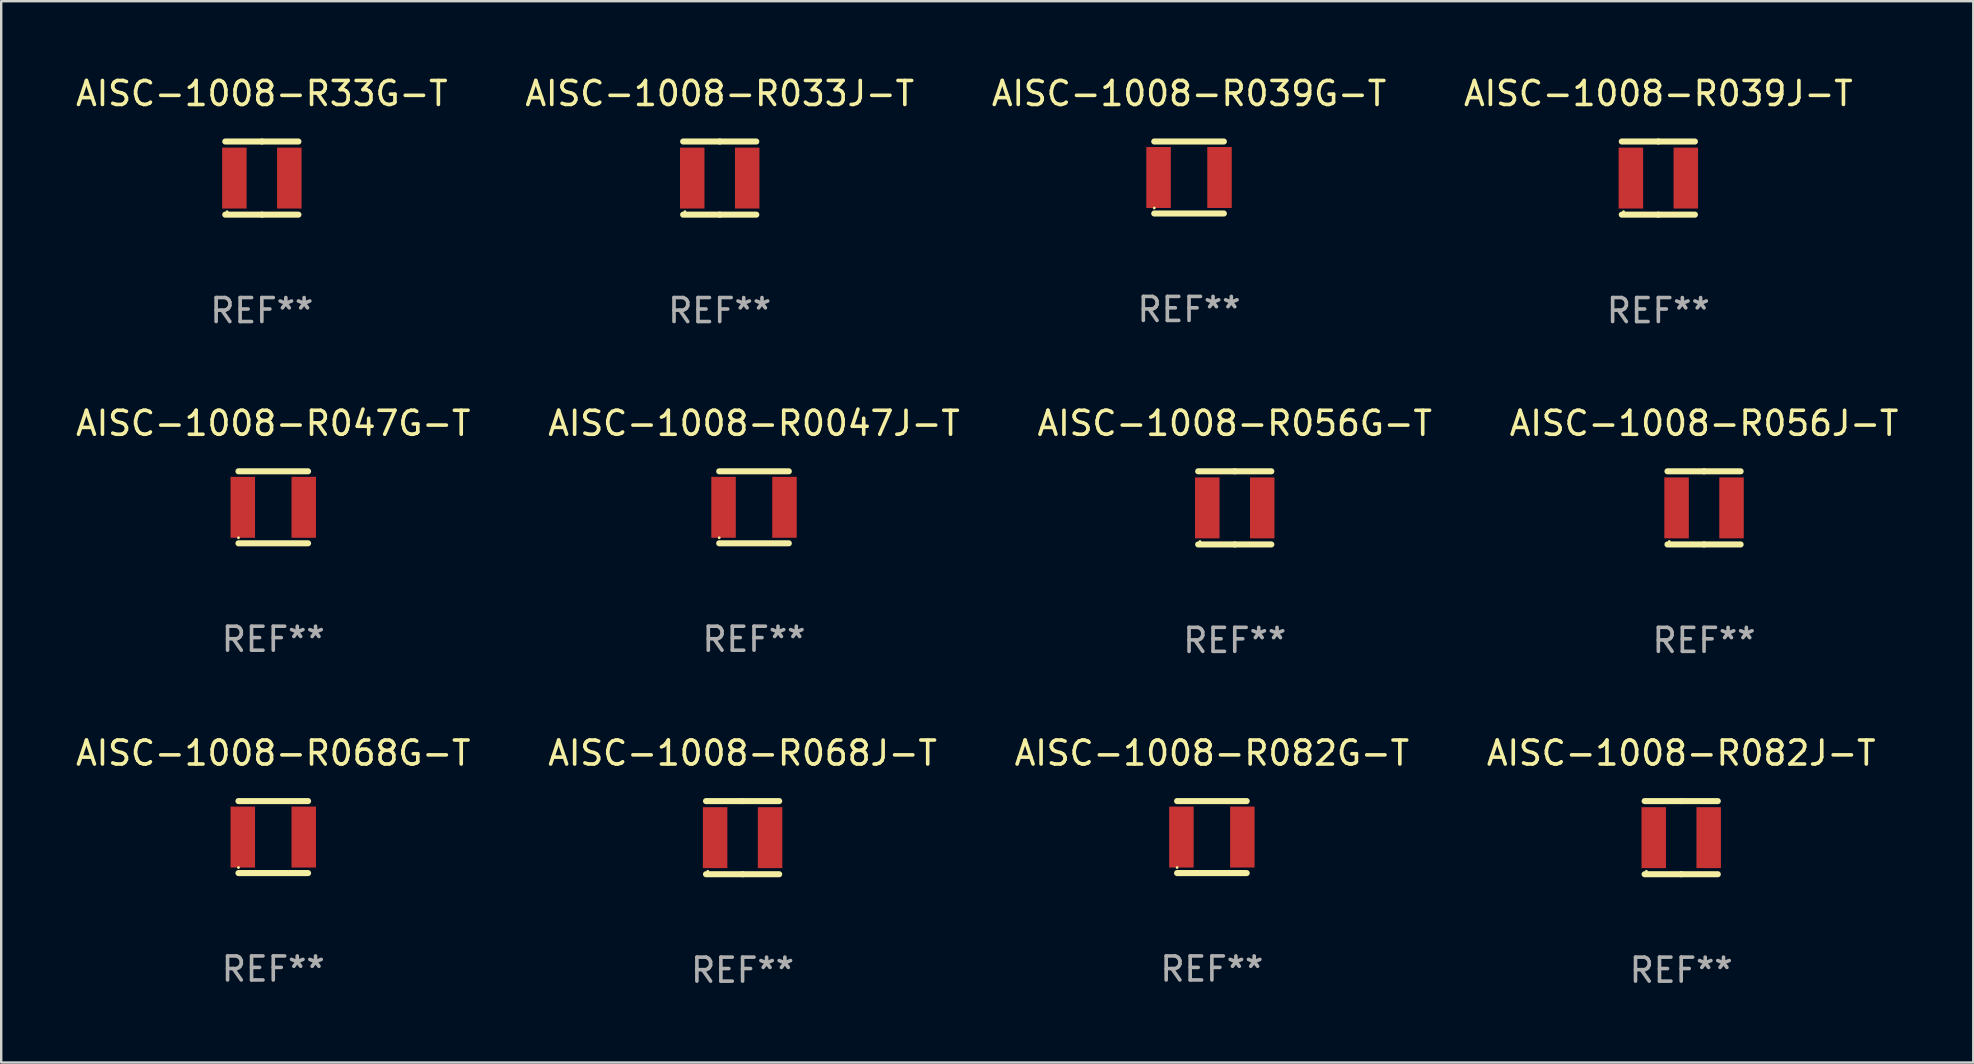
<source format=kicad_pcb>
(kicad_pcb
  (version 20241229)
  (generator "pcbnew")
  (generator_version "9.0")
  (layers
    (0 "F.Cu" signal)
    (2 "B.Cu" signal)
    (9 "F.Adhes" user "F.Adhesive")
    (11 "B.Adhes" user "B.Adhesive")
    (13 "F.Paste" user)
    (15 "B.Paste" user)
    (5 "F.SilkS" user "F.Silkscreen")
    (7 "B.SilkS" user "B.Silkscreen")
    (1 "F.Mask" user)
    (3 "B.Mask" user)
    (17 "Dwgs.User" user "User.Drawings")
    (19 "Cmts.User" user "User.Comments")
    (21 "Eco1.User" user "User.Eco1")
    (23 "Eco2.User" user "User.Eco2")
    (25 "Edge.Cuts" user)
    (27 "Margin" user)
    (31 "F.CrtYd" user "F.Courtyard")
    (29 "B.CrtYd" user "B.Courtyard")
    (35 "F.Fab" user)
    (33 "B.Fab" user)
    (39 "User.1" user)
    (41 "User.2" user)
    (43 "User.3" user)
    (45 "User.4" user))
  (footprint "AISC-1008-R056G-T"
    (layer "F.Cu")
    (at 48.411 18.117)
    (property "Reference" "AISC-1008-R056G-T" (at 0 -3.524 0) (layer "F.SilkS") (effects (font (size 1 1) (thickness 0.15))))
    (attr through_hole)
    (fp_line (start -1.524 -1.524) (end 0 -1.524) (stroke (width 0.254) (type solid)) (layer "F.SilkS"))
    (fp_line (start 0 -1.524) (end 1.524 -1.524) (stroke (width 0.254) (type solid)) (layer "F.SilkS"))
    (fp_line (start 0 1.524) (end -1.524 1.524) (stroke (width 0.254) (type solid)) (layer "F.SilkS"))
    (fp_line (start 1.524 1.524) (end 0 1.524) (stroke (width 0.254) (type solid)) (layer "F.SilkS"))
    (fp_circle (center -1.45 1.4) (end -1.42 1.4) (stroke (width 0.06) (type solid)) (fill no) (layer "F.SilkS"))
    (fp_text user "REF**" (at 0 5.524 0) (layer "F.Fab") (effects (font (size 1 1) (thickness 0.15))))
    (pad "1" smd rect (at -1.145 0) (size 1.02 2.54) (layers "F.Cu" "F.Mask" "F.Paste"))
    (pad "2" smd rect (at 1.145 0) (size 1.02 2.54) (layers "F.Cu" "F.Mask" "F.Paste")))
  (footprint "AISC-1008-R047G-T"
    (layer "F.Cu")
    (at 8.339 18.093)
    (property "Reference" "AISC-1008-R047G-T" (at 0 -3.5 0) (layer "F.SilkS") (effects (font (size 1 1) (thickness 0.15))))
    (attr through_hole)
    (fp_line (start -1.45 -1.5) (end 1.45 -1.5) (stroke (width 0.254) (type solid)) (layer "F.SilkS"))
    (fp_line (start -1.45 1.5) (end 1.45 1.5) (stroke (width 0.254) (type solid)) (layer "F.SilkS"))
    (fp_circle (center -1.45 1.27) (end -1.42 1.27) (stroke (width 0.06) (type solid)) (fill no) (layer "F.SilkS"))
    (fp_text user "REF**" (at 0 5.5 0) (layer "F.Fab") (effects (font (size 1 1) (thickness 0.15))))
    (pad "1" smd rect (at -1.27 0 90) (size 2.54 1.02) (layers "F.Cu" "F.Mask" "F.Paste"))
    (pad "2" smd rect (at 1.27 0 90) (size 2.54 1.02) (layers "F.Cu" "F.Mask" "F.Paste")))
  (footprint "AISC-1008-R068G-T"
    (layer "F.Cu")
    (at 8.339 31.837)
    (property "Reference" "AISC-1008-R068G-T" (at 0 -3.5 0) (layer "F.SilkS") (effects (font (size 1 1) (thickness 0.15))))
    (attr through_hole)
    (fp_line (start -1.45 -1.5) (end 1.45 -1.5) (stroke (width 0.254) (type solid)) (layer "F.SilkS"))
    (fp_line (start -1.45 1.5) (end 1.45 1.5) (stroke (width 0.254) (type solid)) (layer "F.SilkS"))
    (fp_circle (center -1.45 1.27) (end -1.42 1.27) (stroke (width 0.06) (type solid)) (fill no) (layer "F.SilkS"))
    (fp_text user "REF**" (at 0 5.5 0) (layer "F.Fab") (effects (font (size 1 1) (thickness 0.15))))
    (pad "1" smd rect (at -1.27 0 90) (size 2.54 1.02) (layers "F.Cu" "F.Mask" "F.Paste"))
    (pad "2" smd rect (at 1.27 0 90) (size 2.54 1.02) (layers "F.Cu" "F.Mask" "F.Paste")))
  (footprint "AISC-1008-R082J-T"
    (layer "F.Cu")
    (at 67.018 31.861)
    (property "Reference" "AISC-1008-R082J-T" (at 0 -3.524 0) (layer "F.SilkS") (effects (font (size 1 1) (thickness 0.15))))
    (attr through_hole)
    (fp_line (start -1.524 -1.524) (end 0 -1.524) (stroke (width 0.254) (type solid)) (layer "F.SilkS"))
    (fp_line (start 0 -1.524) (end 1.524 -1.524) (stroke (width 0.254) (type solid)) (layer "F.SilkS"))
    (fp_line (start 0 1.524) (end -1.524 1.524) (stroke (width 0.254) (type solid)) (layer "F.SilkS"))
    (fp_line (start 1.524 1.524) (end 0 1.524) (stroke (width 0.254) (type solid)) (layer "F.SilkS"))
    (fp_circle (center -1.45 1.4) (end -1.42 1.4) (stroke (width 0.06) (type solid)) (fill no) (layer "F.SilkS"))
    (fp_text user "REF**" (at 0 5.524 0) (layer "F.Fab") (effects (font (size 1 1) (thickness 0.15))))
    (pad "1" smd rect (at -1.145 0) (size 1.02 2.54) (layers "F.Cu" "F.Mask" "F.Paste"))
    (pad "2" smd rect (at 1.145 0) (size 1.02 2.54) (layers "F.Cu" "F.Mask" "F.Paste")))
  (footprint "AISC-1008-R039J-T"
    (layer "F.Cu")
    (at 66.065 4.372)
    (property "Reference" "AISC-1008-R039J-T" (at 0 -3.524 0) (layer "F.SilkS") (effects (font (size 1 1) (thickness 0.15))))
    (attr through_hole)
    (fp_line (start -1.524 -1.524) (end 0 -1.524) (stroke (width 0.254) (type solid)) (layer "F.SilkS"))
    (fp_line (start 0 -1.524) (end 1.524 -1.524) (stroke (width 0.254) (type solid)) (layer "F.SilkS"))
    (fp_line (start 0 1.524) (end -1.524 1.524) (stroke (width 0.254) (type solid)) (layer "F.SilkS"))
    (fp_line (start 1.524 1.524) (end 0 1.524) (stroke (width 0.254) (type solid)) (layer "F.SilkS"))
    (fp_circle (center -1.45 1.4) (end -1.42 1.4) (stroke (width 0.06) (type solid)) (fill no) (layer "F.SilkS"))
    (fp_text user "REF**" (at 0 5.524 0) (layer "F.Fab") (effects (font (size 1 1) (thickness 0.15))))
    (pad "1" smd rect (at -1.145 0) (size 1.02 2.54) (layers "F.Cu" "F.Mask" "F.Paste"))
    (pad "2" smd rect (at 1.145 0) (size 1.02 2.54) (layers "F.Cu" "F.Mask" "F.Paste")))
  (footprint "AISC-1008-R056J-T"
    (layer "F.Cu")
    (at 67.97 18.117)
    (property "Reference" "AISC-1008-R056J-T" (at 0 -3.524 0) (layer "F.SilkS") (effects (font (size 1 1) (thickness 0.15))))
    (attr through_hole)
    (fp_line (start -1.524 -1.524) (end 0 -1.524) (stroke (width 0.254) (type solid)) (layer "F.SilkS"))
    (fp_line (start 0 -1.524) (end 1.524 -1.524) (stroke (width 0.254) (type solid)) (layer "F.SilkS"))
    (fp_line (start 0 1.524) (end -1.524 1.524) (stroke (width 0.254) (type solid)) (layer "F.SilkS"))
    (fp_line (start 1.524 1.524) (end 0 1.524) (stroke (width 0.254) (type solid)) (layer "F.SilkS"))
    (fp_circle (center -1.45 1.4) (end -1.42 1.4) (stroke (width 0.06) (type solid)) (fill no) (layer "F.SilkS"))
    (fp_text user "REF**" (at 0 5.524 0) (layer "F.Fab") (effects (font (size 1 1) (thickness 0.15))))
    (pad "1" smd rect (at -1.145 0) (size 1.02 2.54) (layers "F.Cu" "F.Mask" "F.Paste"))
    (pad "2" smd rect (at 1.145 0) (size 1.02 2.54) (layers "F.Cu" "F.Mask" "F.Paste")))
  (footprint "AISC-1008-R0047J-T"
    (layer "F.Cu")
    (at 28.375 18.093)
    (property "Reference" "AISC-1008-R0047J-T" (at 0 -3.5 0) (layer "F.SilkS") (effects (font (size 1 1) (thickness 0.15))))
    (attr through_hole)
    (fp_line (start -1.45 -1.5) (end 1.45 -1.5) (stroke (width 0.254) (type solid)) (layer "F.SilkS"))
    (fp_line (start -1.45 1.5) (end 1.45 1.5) (stroke (width 0.254) (type solid)) (layer "F.SilkS"))
    (fp_circle (center -1.45 1.27) (end -1.42 1.27) (stroke (width 0.06) (type solid)) (fill no) (layer "F.SilkS"))
    (fp_text user "REF**" (at 0 5.5 0) (layer "F.Fab") (effects (font (size 1 1) (thickness 0.15))))
    (pad "1" smd rect (at -1.27 0 90) (size 2.54 1.02) (layers "F.Cu" "F.Mask" "F.Paste"))
    (pad "2" smd rect (at 1.27 0 90) (size 2.54 1.02) (layers "F.Cu" "F.Mask" "F.Paste")))
  (footprint "AISC-1008-R33G-T"
    (layer "F.Cu")
    (at 7.863 4.372)
    (property "Reference" "AISC-1008-R33G-T" (at 0 -3.524 0) (layer "F.SilkS") (effects (font (size 1 1) (thickness 0.15))))
    (attr through_hole)
    (fp_line (start -1.524 -1.524) (end 0 -1.524) (stroke (width 0.254) (type solid)) (layer "F.SilkS"))
    (fp_line (start 0 -1.524) (end 1.524 -1.524) (stroke (width 0.254) (type solid)) (layer "F.SilkS"))
    (fp_line (start 0 1.524) (end -1.524 1.524) (stroke (width 0.254) (type solid)) (layer "F.SilkS"))
    (fp_line (start 1.524 1.524) (end 0 1.524) (stroke (width 0.254) (type solid)) (layer "F.SilkS"))
    (fp_circle (center -1.45 1.4) (end -1.42 1.4) (stroke (width 0.06) (type solid)) (fill no) (layer "F.SilkS"))
    (fp_text user "REF**" (at 0 5.524 0) (layer "F.Fab") (effects (font (size 1 1) (thickness 0.15))))
    (pad "1" smd rect (at -1.145 0) (size 1.02 2.54) (layers "F.Cu" "F.Mask" "F.Paste"))
    (pad "2" smd rect (at 1.145 0) (size 1.02 2.54) (layers "F.Cu" "F.Mask" "F.Paste")))
  (footprint "AISC-1008-R039G-T"
    (layer "F.Cu")
    (at 46.506 4.348)
    (property "Reference" "AISC-1008-R039G-T" (at 0 -3.5 0) (layer "F.SilkS") (effects (font (size 1 1) (thickness 0.15))))
    (attr through_hole)
    (fp_line (start -1.45 -1.5) (end 1.45 -1.5) (stroke (width 0.254) (type solid)) (layer "F.SilkS"))
    (fp_line (start -1.45 1.5) (end 1.45 1.5) (stroke (width 0.254) (type solid)) (layer "F.SilkS"))
    (fp_circle (center -1.45 1.27) (end -1.42 1.27) (stroke (width 0.06) (type solid)) (fill no) (layer "F.SilkS"))
    (fp_text user "REF**" (at 0 5.5 0) (layer "F.Fab") (effects (font (size 1 1) (thickness 0.15))))
    (pad "1" smd rect (at -1.27 0 90) (size 2.54 1.02) (layers "F.Cu" "F.Mask" "F.Paste"))
    (pad "2" smd rect (at 1.27 0 90) (size 2.54 1.02) (layers "F.Cu" "F.Mask" "F.Paste")))
  (footprint "AISC-1008-R082G-T"
    (layer "F.Cu")
    (at 47.458 31.837)
    (property "Reference" "AISC-1008-R082G-T" (at 0 -3.5 0) (layer "F.SilkS") (effects (font (size 1 1) (thickness 0.15))))
    (attr through_hole)
    (fp_line (start -1.45 -1.5) (end 1.45 -1.5) (stroke (width 0.254) (type solid)) (layer "F.SilkS"))
    (fp_line (start -1.45 1.5) (end 1.45 1.5) (stroke (width 0.254) (type solid)) (layer "F.SilkS"))
    (fp_circle (center -1.45 1.27) (end -1.42 1.27) (stroke (width 0.06) (type solid)) (fill no) (layer "F.SilkS"))
    (fp_text user "REF**" (at 0 5.5 0) (layer "F.Fab") (effects (font (size 1 1) (thickness 0.15))))
    (pad "1" smd rect (at -1.27 0 90) (size 2.54 1.02) (layers "F.Cu" "F.Mask" "F.Paste"))
    (pad "2" smd rect (at 1.27 0 90) (size 2.54 1.02) (layers "F.Cu" "F.Mask" "F.Paste")))
  (footprint "AISC-1008-R033J-T"
    (layer "F.Cu")
    (at 26.946 4.372)
    (property "Reference" "AISC-1008-R033J-T" (at 0 -3.524 0) (layer "F.SilkS") (effects (font (size 1 1) (thickness 0.15))))
    (attr through_hole)
    (fp_line (start -1.524 -1.524) (end 0 -1.524) (stroke (width 0.254) (type solid)) (layer "F.SilkS"))
    (fp_line (start 0 -1.524) (end 1.524 -1.524) (stroke (width 0.254) (type solid)) (layer "F.SilkS"))
    (fp_line (start 0 1.524) (end -1.524 1.524) (stroke (width 0.254) (type solid)) (layer "F.SilkS"))
    (fp_line (start 1.524 1.524) (end 0 1.524) (stroke (width 0.254) (type solid)) (layer "F.SilkS"))
    (fp_circle (center -1.45 1.4) (end -1.42 1.4) (stroke (width 0.06) (type solid)) (fill no) (layer "F.SilkS"))
    (fp_text user "REF**" (at 0 5.524 0) (layer "F.Fab") (effects (font (size 1 1) (thickness 0.15))))
    (pad "1" smd rect (at -1.145 0) (size 1.02 2.54) (layers "F.Cu" "F.Mask" "F.Paste"))
    (pad "2" smd rect (at 1.145 0) (size 1.02 2.54) (layers "F.Cu" "F.Mask" "F.Paste")))
  (footprint "AISC-1008-R068J-T"
    (layer "F.Cu")
    (at 27.899 31.861)
    (property "Reference" "AISC-1008-R068J-T" (at 0 -3.524 0) (layer "F.SilkS") (effects (font (size 1 1) (thickness 0.15))))
    (attr through_hole)
    (fp_line (start -1.524 -1.524) (end 0 -1.524) (stroke (width 0.254) (type solid)) (layer "F.SilkS"))
    (fp_line (start 0 -1.524) (end 1.524 -1.524) (stroke (width 0.254) (type solid)) (layer "F.SilkS"))
    (fp_line (start 0 1.524) (end -1.524 1.524) (stroke (width 0.254) (type solid)) (layer "F.SilkS"))
    (fp_line (start 1.524 1.524) (end 0 1.524) (stroke (width 0.254) (type solid)) (layer "F.SilkS"))
    (fp_circle (center -1.45 1.4) (end -1.42 1.4) (stroke (width 0.06) (type solid)) (fill no) (layer "F.SilkS"))
    (fp_text user "REF**" (at 0 5.524 0) (layer "F.Fab") (effects (font (size 1 1) (thickness 0.15))))
    (pad "1" smd rect (at -1.145 0) (size 1.02 2.54) (layers "F.Cu" "F.Mask" "F.Paste"))
    (pad "2" smd rect (at 1.145 0) (size 1.02 2.54) (layers "F.Cu" "F.Mask" "F.Paste")))
  (gr_rect
    (start -3 -3)
    (end 79.19 41.234)
    (stroke (width 0.1) (type default))
    (fill no)
    (layer "Edge.Cuts")))
</source>
